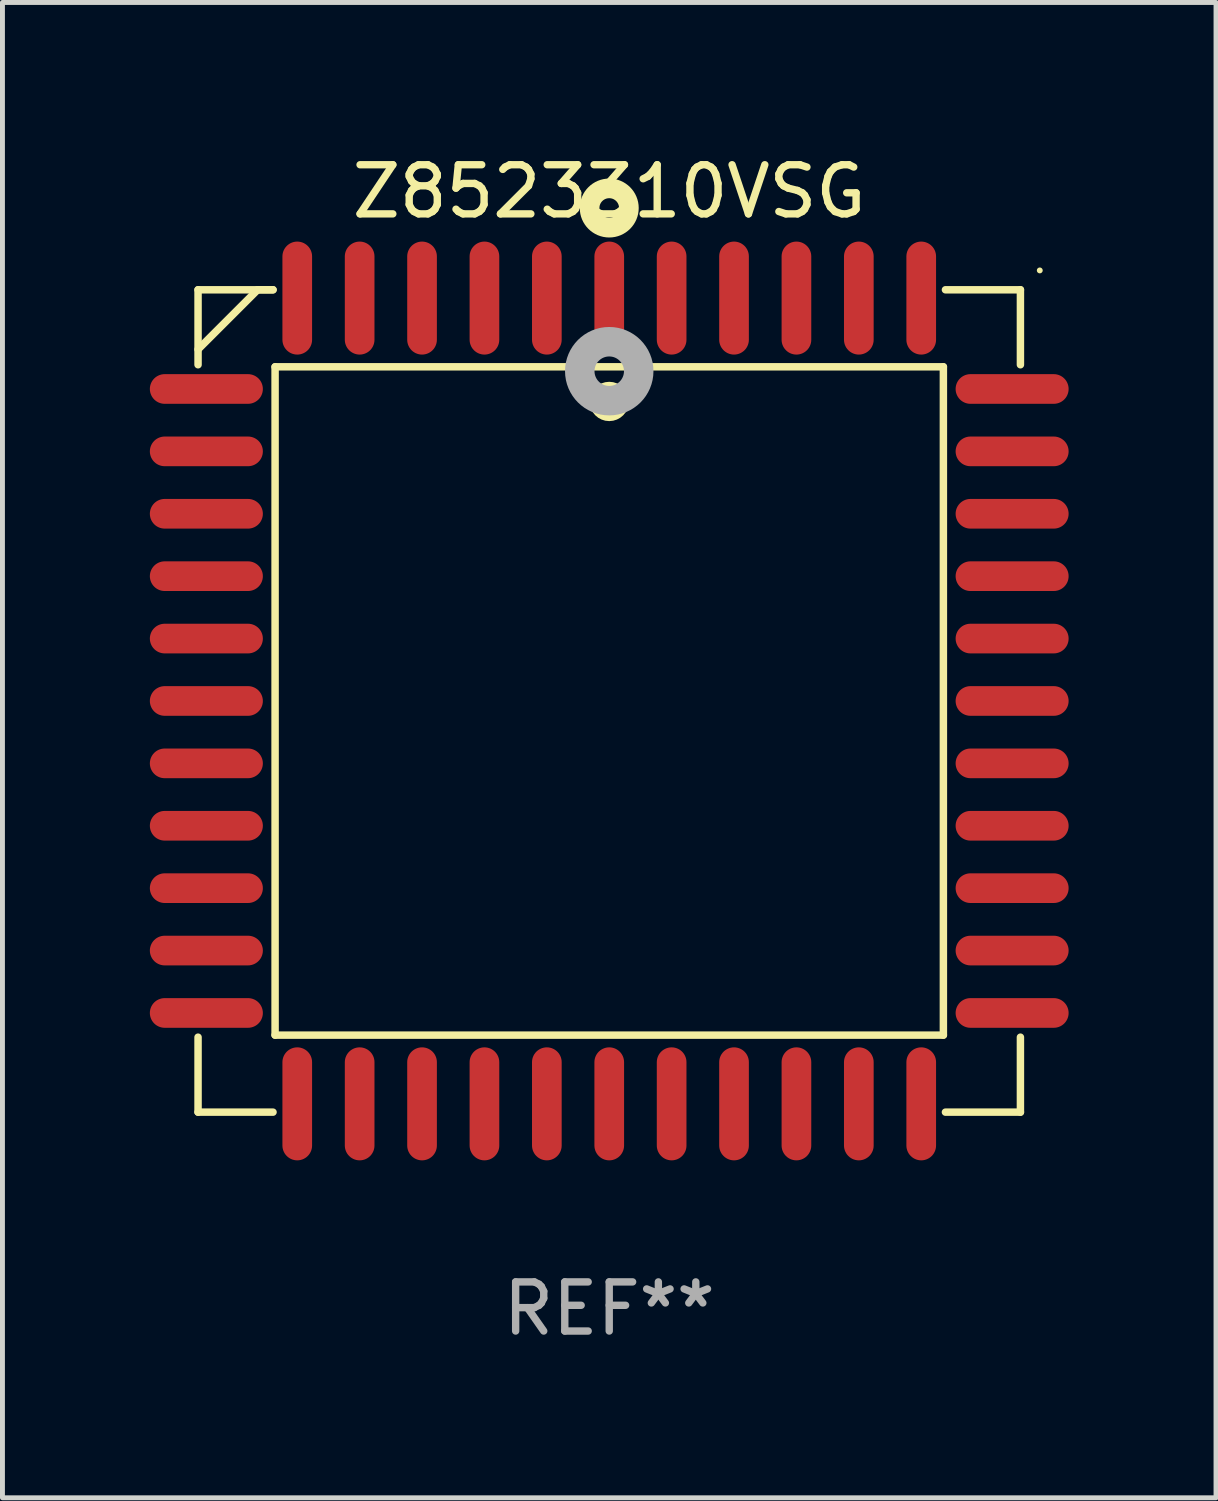
<source format=kicad_pcb>
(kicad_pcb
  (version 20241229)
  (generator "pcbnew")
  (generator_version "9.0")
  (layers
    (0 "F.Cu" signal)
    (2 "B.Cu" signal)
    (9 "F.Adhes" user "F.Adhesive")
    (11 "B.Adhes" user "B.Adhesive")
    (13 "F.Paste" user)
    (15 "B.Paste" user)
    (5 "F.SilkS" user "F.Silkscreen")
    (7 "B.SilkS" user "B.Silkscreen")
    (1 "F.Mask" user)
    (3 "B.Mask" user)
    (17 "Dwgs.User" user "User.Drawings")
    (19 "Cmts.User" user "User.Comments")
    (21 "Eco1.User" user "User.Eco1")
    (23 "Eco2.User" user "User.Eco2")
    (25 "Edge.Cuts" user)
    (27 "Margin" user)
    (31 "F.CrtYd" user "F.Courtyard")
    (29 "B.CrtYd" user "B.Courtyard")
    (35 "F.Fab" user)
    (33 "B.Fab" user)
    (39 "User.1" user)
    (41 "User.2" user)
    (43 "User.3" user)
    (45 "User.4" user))
  (footprint "Z8523310VSG"
    (layer "F.Cu")
    (at 9.35 11.217)
    (property "Reference" "Z8523310VSG" (at 0 -10.369 0) (layer "F.SilkS") (effects (font (size 1 1) (thickness 0.15))))
    (attr through_hole)
    (fp_line (start -8.369 -8.369) (end -8.369 -6.843) (stroke (width 0.152) (type solid)) (layer "F.SilkS"))
    (fp_line (start -8.369 8.369) (end -8.369 6.843) (stroke (width 0.152) (type solid)) (layer "F.SilkS"))
    (fp_line (start -7.156 -8.369) (end -8.369 -7.156) (stroke (width 0.152) (type solid)) (layer "F.SilkS"))
    (fp_line (start -6.843 -8.369) (end -8.369 -8.369) (stroke (width 0.152) (type solid)) (layer "F.SilkS"))
    (fp_line (start -6.843 -8.369) (end -7.156 -8.369) (stroke (width 0.152) (type solid)) (layer "F.SilkS"))
    (fp_line (start -6.843 8.369) (end -8.369 8.369) (stroke (width 0.152) (type solid)) (layer "F.SilkS"))
    (fp_line (start -6.801 -6.801) (end 6.801 -6.801) (stroke (width 0.152) (type solid)) (layer "F.SilkS"))
    (fp_line (start -6.801 6.801) (end -6.801 -6.801) (stroke (width 0.152) (type solid)) (layer "F.SilkS"))
    (fp_line (start 6.801 -6.801) (end 6.801 6.801) (stroke (width 0.152) (type solid)) (layer "F.SilkS"))
    (fp_line (start 6.801 6.801) (end -6.801 6.801) (stroke (width 0.152) (type solid)) (layer "F.SilkS"))
    (fp_line (start 6.843 -8.369) (end 8.369 -8.369) (stroke (width 0.152) (type solid)) (layer "F.SilkS"))
    (fp_line (start 6.843 8.369) (end 8.369 8.369) (stroke (width 0.152) (type solid)) (layer "F.SilkS"))
    (fp_line (start 8.369 -8.369) (end 8.369 -6.843) (stroke (width 0.152) (type solid)) (layer "F.SilkS"))
    (fp_line (start 8.369 8.369) (end 8.369 6.843) (stroke (width 0.152) (type solid)) (layer "F.SilkS"))
    (fp_circle (center -0.000013 -6.096) (end 0.2 -6.096) (stroke (width 0.4) (type solid)) (fill no) (layer "F.SilkS"))
    (fp_circle (center 0.000114 -10.033) (end 0.2 -10.033) (stroke (width 0.4) (type solid)) (fill no) (layer "F.SilkS"))
    (fp_circle (center 8.763 -8.763) (end 8.793 -8.763) (stroke (width 0.06) (type solid)) (fill no) (layer "F.SilkS"))
    (fp_circle (center 0.000114 -6.712) (end 0.3 -6.712) (stroke (width 0.6) (type solid)) (fill no) (layer "F.Fab"))
    (fp_text user "REF**" (at 0 12.369 0) (layer "F.Fab") (effects (font (size 1 1) (thickness 0.15))))
    (pad "1" smd oval (at 0.000114 -8.2) (size 0.604 2.3) (layers "F.Cu" "F.Mask" "F.Paste"))
    (pad "2" smd oval (at -1.27 -8.2) (size 0.604 2.3) (layers "F.Cu" "F.Mask" "F.Paste"))
    (pad "3" smd oval (at -2.54 -8.2) (size 0.604 2.3) (layers "F.Cu" "F.Mask" "F.Paste"))
    (pad "4" smd oval (at -3.81 -8.2) (size 0.604 2.3) (layers "F.Cu" "F.Mask" "F.Paste"))
    (pad "5" smd oval (at -5.08 -8.2) (size 0.604 2.3) (layers "F.Cu" "F.Mask" "F.Paste"))
    (pad "6" smd oval (at -6.35 -8.2) (size 0.604 2.3) (layers "F.Cu" "F.Mask" "F.Paste"))
    (pad "7" smd oval (at -8.2 -6.35) (size 2.3 0.604) (layers "F.Cu" "F.Mask" "F.Paste"))
    (pad "8" smd oval (at -8.2 -5.08) (size 2.3 0.604) (layers "F.Cu" "F.Mask" "F.Paste"))
    (pad "9" smd oval (at -8.2 -3.81) (size 2.3 0.604) (layers "F.Cu" "F.Mask" "F.Paste"))
    (pad "10" smd oval (at -8.2 -2.54) (size 2.3 0.604) (layers "F.Cu" "F.Mask" "F.Paste"))
    (pad "11" smd oval (at -8.2 -1.27) (size 2.3 0.604) (layers "F.Cu" "F.Mask" "F.Paste"))
    (pad "12" smd oval (at -8.2 0.000127) (size 2.3 0.604) (layers "F.Cu" "F.Mask" "F.Paste"))
    (pad "13" smd oval (at -8.2 1.27) (size 2.3 0.604) (layers "F.Cu" "F.Mask" "F.Paste"))
    (pad "14" smd oval (at -8.2 2.54) (size 2.3 0.604) (layers "F.Cu" "F.Mask" "F.Paste"))
    (pad "15" smd oval (at -8.2 3.81) (size 2.3 0.604) (layers "F.Cu" "F.Mask" "F.Paste"))
    (pad "16" smd oval (at -8.2 5.08) (size 2.3 0.604) (layers "F.Cu" "F.Mask" "F.Paste"))
    (pad "17" smd oval (at -8.2 6.35) (size 2.3 0.604) (layers "F.Cu" "F.Mask" "F.Paste"))
    (pad "18" smd oval (at -6.35 8.2) (size 0.604 2.3) (layers "F.Cu" "F.Mask" "F.Paste"))
    (pad "19" smd oval (at -5.08 8.2) (size 0.604 2.3) (layers "F.Cu" "F.Mask" "F.Paste"))
    (pad "20" smd oval (at -3.81 8.2) (size 0.604 2.3) (layers "F.Cu" "F.Mask" "F.Paste"))
    (pad "21" smd oval (at -2.54 8.2) (size 0.604 2.3) (layers "F.Cu" "F.Mask" "F.Paste"))
    (pad "22" smd oval (at -1.27 8.2) (size 0.604 2.3) (layers "F.Cu" "F.Mask" "F.Paste"))
    (pad "23" smd oval (at 0.000114 8.2) (size 0.604 2.3) (layers "F.Cu" "F.Mask" "F.Paste"))
    (pad "24" smd oval (at 1.27 8.2) (size 0.604 2.3) (layers "F.Cu" "F.Mask" "F.Paste"))
    (pad "25" smd oval (at 2.54 8.2) (size 0.604 2.3) (layers "F.Cu" "F.Mask" "F.Paste"))
    (pad "26" smd oval (at 3.81 8.2) (size 0.604 2.3) (layers "F.Cu" "F.Mask" "F.Paste"))
    (pad "27" smd oval (at 5.08 8.2) (size 0.604 2.3) (layers "F.Cu" "F.Mask" "F.Paste"))
    (pad "28" smd oval (at 6.35 8.2) (size 0.604 2.3) (layers "F.Cu" "F.Mask" "F.Paste"))
    (pad "29" smd oval (at 8.2 6.35) (size 2.3 0.604) (layers "F.Cu" "F.Mask" "F.Paste"))
    (pad "30" smd oval (at 8.2 5.08) (size 2.3 0.604) (layers "F.Cu" "F.Mask" "F.Paste"))
    (pad "31" smd oval (at 8.2 3.81) (size 2.3 0.604) (layers "F.Cu" "F.Mask" "F.Paste"))
    (pad "32" smd oval (at 8.2 2.54) (size 2.3 0.604) (layers "F.Cu" "F.Mask" "F.Paste"))
    (pad "33" smd oval (at 8.2 1.27) (size 2.3 0.604) (layers "F.Cu" "F.Mask" "F.Paste"))
    (pad "34" smd oval (at 8.2 0.000127) (size 2.3 0.604) (layers "F.Cu" "F.Mask" "F.Paste"))
    (pad "35" smd oval (at 8.2 -1.27) (size 2.3 0.604) (layers "F.Cu" "F.Mask" "F.Paste"))
    (pad "36" smd oval (at 8.2 -2.54) (size 2.3 0.604) (layers "F.Cu" "F.Mask" "F.Paste"))
    (pad "37" smd oval (at 8.2 -3.81) (size 2.3 0.604) (layers "F.Cu" "F.Mask" "F.Paste"))
    (pad "38" smd oval (at 8.2 -5.08) (size 2.3 0.604) (layers "F.Cu" "F.Mask" "F.Paste"))
    (pad "39" smd oval (at 8.2 -6.35) (size 2.3 0.604) (layers "F.Cu" "F.Mask" "F.Paste"))
    (pad "40" smd oval (at 6.35 -8.2) (size 0.604 2.3) (layers "F.Cu" "F.Mask" "F.Paste"))
    (pad "41" smd oval (at 5.08 -8.2) (size 0.604 2.3) (layers "F.Cu" "F.Mask" "F.Paste"))
    (pad "42" smd oval (at 3.81 -8.2) (size 0.604 2.3) (layers "F.Cu" "F.Mask" "F.Paste"))
    (pad "43" smd oval (at 2.54 -8.2) (size 0.604 2.3) (layers "F.Cu" "F.Mask" "F.Paste"))
    (pad "44" smd oval (at 1.27 -8.2) (size 0.604 2.3) (layers "F.Cu" "F.Mask" "F.Paste")))
  (gr_rect
    (start -3 -3)
    (end 21.7 27.435)
    (stroke (width 0.1) (type default))
    (fill no)
    (layer "Edge.Cuts")))
</source>
